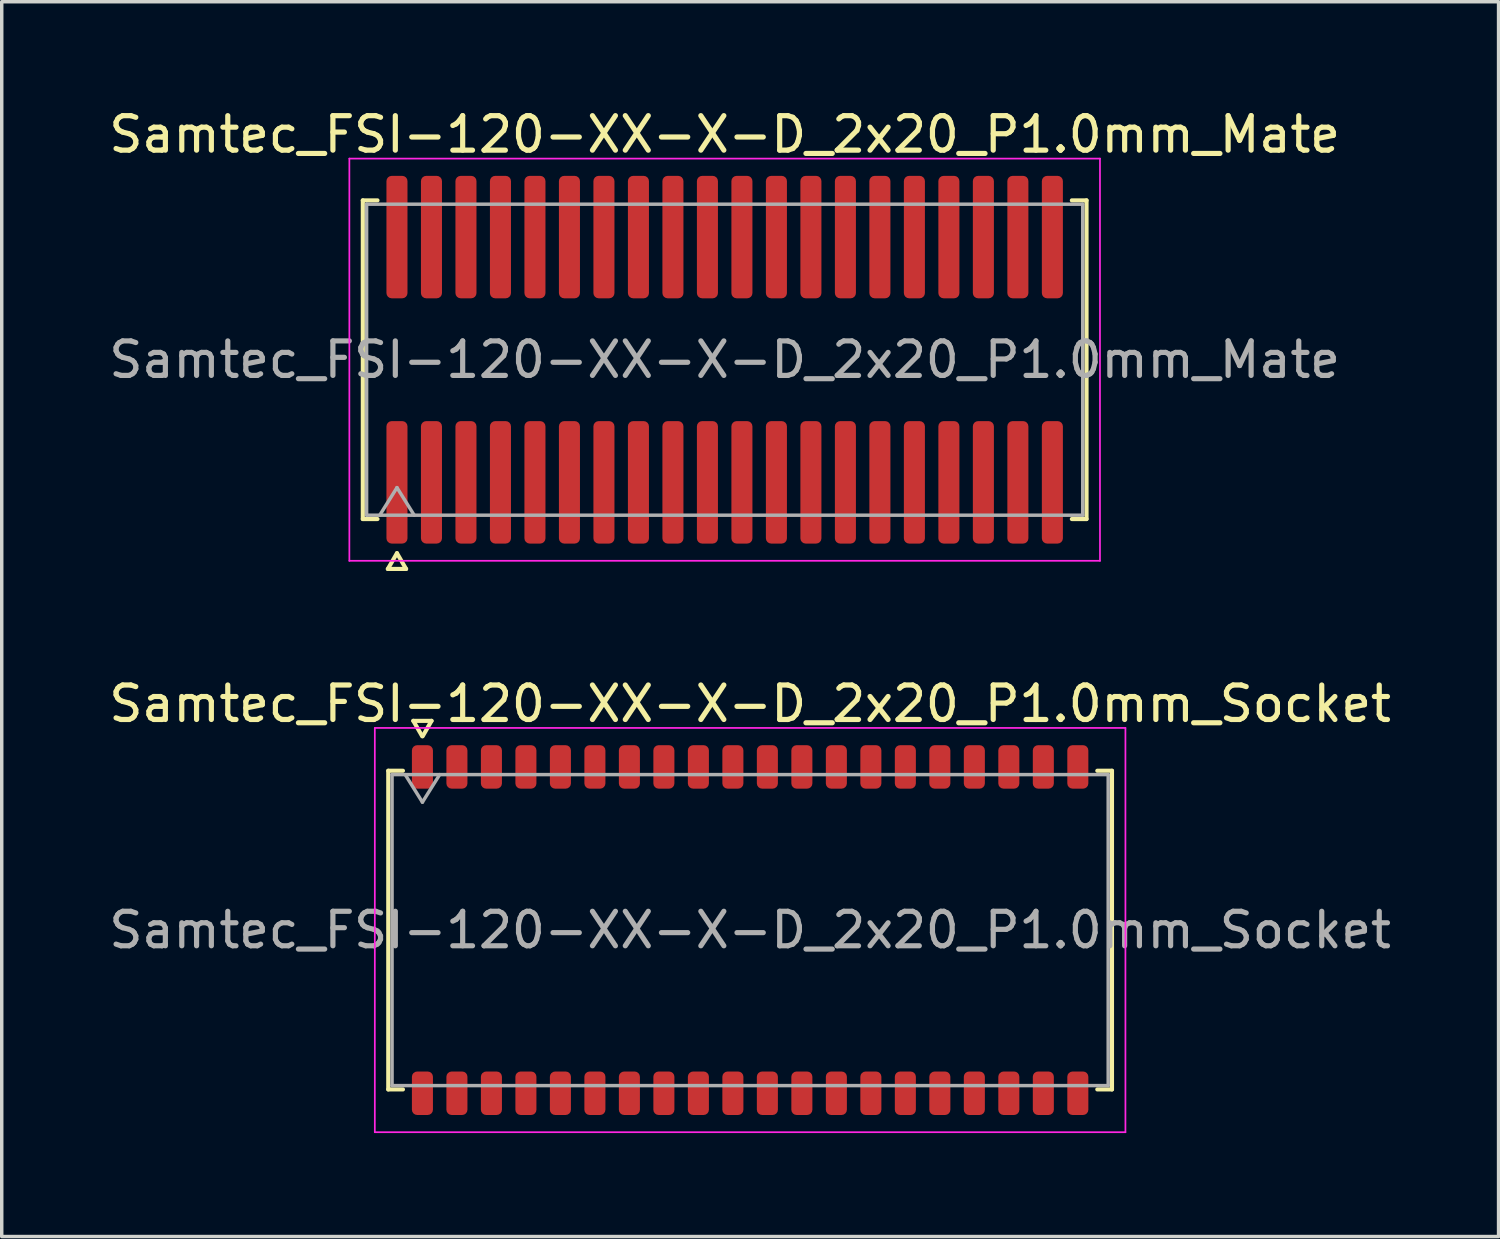
<source format=kicad_pcb>
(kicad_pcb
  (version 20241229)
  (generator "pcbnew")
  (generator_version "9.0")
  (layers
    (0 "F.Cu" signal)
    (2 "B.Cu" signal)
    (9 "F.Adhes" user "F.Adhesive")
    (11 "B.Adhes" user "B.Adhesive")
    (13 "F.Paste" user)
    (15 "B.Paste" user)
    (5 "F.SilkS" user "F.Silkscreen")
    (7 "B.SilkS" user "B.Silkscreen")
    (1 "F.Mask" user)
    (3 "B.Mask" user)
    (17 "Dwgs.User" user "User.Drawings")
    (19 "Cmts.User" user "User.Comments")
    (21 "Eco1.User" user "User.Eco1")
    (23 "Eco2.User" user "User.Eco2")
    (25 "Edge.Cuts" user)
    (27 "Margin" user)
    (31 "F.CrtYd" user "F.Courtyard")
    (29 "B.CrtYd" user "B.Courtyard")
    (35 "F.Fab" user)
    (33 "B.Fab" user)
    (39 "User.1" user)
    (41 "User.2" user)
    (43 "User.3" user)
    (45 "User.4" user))
  (footprint "Samtec_FSI-120-XX-X-D_2x20_P1.0mm_Socket"
    (layer "F.Cu")
    (at 18.696 23.913)
    (property "Reference" "Samtec_FSI-120-XX-X-D_2x20_P1.0mm_Socket" (at 0 -6.56 0) (layer "F.SilkS") (effects (font (size 1 1) (thickness 0.15))))
    (attr smd)
    (fp_line (start -10.49 -4.619) (end -10.065 -4.619) (stroke (width 0.12) (type solid)) (layer "F.SilkS"))
    (fp_line (start -10.49 4.619) (end -10.49 -4.619) (stroke (width 0.12) (type solid)) (layer "F.SilkS"))
    (fp_line (start -10.065 4.619) (end -10.49 4.619) (stroke (width 0.12) (type solid)) (layer "F.SilkS"))
    (fp_line (start -9.764 -6.066) (end -9.507 -5.62) (stroke (width 0.12) (type solid)) (layer "F.SilkS"))
    (fp_line (start -9.493 -5.62) (end -9.236 -6.066) (stroke (width 0.12) (type solid)) (layer "F.SilkS"))
    (fp_line (start -9.236 -6.066) (end -9.764 -6.066) (stroke (width 0.12) (type solid)) (layer "F.SilkS"))
    (fp_line (start 10.065 -4.619) (end 10.49 -4.619) (stroke (width 0.12) (type solid)) (layer "F.SilkS"))
    (fp_line (start 10.49 -4.619) (end 10.49 4.619) (stroke (width 0.12) (type solid)) (layer "F.SilkS"))
    (fp_line (start 10.49 4.619) (end 10.065 4.619) (stroke (width 0.12) (type solid)) (layer "F.SilkS"))
    (fp_line (start -10.88 -5.86) (end -10.88 5.86) (stroke (width 0.05) (type solid)) (layer "F.CrtYd"))
    (fp_line (start -10.88 5.86) (end 10.88 5.86) (stroke (width 0.05) (type solid)) (layer "F.CrtYd"))
    (fp_line (start 10.88 -5.86) (end -10.88 -5.86) (stroke (width 0.05) (type solid)) (layer "F.CrtYd"))
    (fp_line (start 10.88 5.86) (end 10.88 -5.86) (stroke (width 0.05) (type solid)) (layer "F.CrtYd"))
    (fp_line (start -10.38 -4.508) (end 10.38 -4.508) (stroke (width 0.1) (type solid)) (layer "F.Fab"))
    (fp_line (start -10.38 4.508) (end -10.38 -4.508) (stroke (width 0.1) (type solid)) (layer "F.Fab"))
    (fp_line (start -10 -4.508) (end -9.5 -3.708) (stroke (width 0.1) (type solid)) (layer "F.Fab"))
    (fp_line (start -9.5 -3.708) (end -9 -4.508) (stroke (width 0.1) (type solid)) (layer "F.Fab"))
    (fp_line (start 10.38 -4.508) (end 10.38 4.508) (stroke (width 0.1) (type solid)) (layer "F.Fab"))
    (fp_line (start 10.38 4.508) (end -10.38 4.508) (stroke (width 0.1) (type solid)) (layer "F.Fab"))
    (fp_text user "${REFERENCE}" (at 0 0 0) (layer "F.Fab") (effects (font (size 1 1) (thickness 0.15))))
    (pad "1" smd roundrect (at -9.5 -4.73) (size 0.61 1.26) (layers "F.Cu" "F.Mask" "F.Paste") (roundrect_rratio 0.25))
    (pad "2" smd roundrect (at -9.5 4.73) (size 0.61 1.26) (layers "F.Cu" "F.Mask" "F.Paste") (roundrect_rratio 0.25))
    (pad "3" smd roundrect (at -8.5 -4.73) (size 0.61 1.26) (layers "F.Cu" "F.Mask" "F.Paste") (roundrect_rratio 0.25))
    (pad "4" smd roundrect (at -8.5 4.73) (size 0.61 1.26) (layers "F.Cu" "F.Mask" "F.Paste") (roundrect_rratio 0.25))
    (pad "5" smd roundrect (at -7.5 -4.73) (size 0.61 1.26) (layers "F.Cu" "F.Mask" "F.Paste") (roundrect_rratio 0.25))
    (pad "6" smd roundrect (at -7.5 4.73) (size 0.61 1.26) (layers "F.Cu" "F.Mask" "F.Paste") (roundrect_rratio 0.25))
    (pad "7" smd roundrect (at -6.5 -4.73) (size 0.61 1.26) (layers "F.Cu" "F.Mask" "F.Paste") (roundrect_rratio 0.25))
    (pad "8" smd roundrect (at -6.5 4.73) (size 0.61 1.26) (layers "F.Cu" "F.Mask" "F.Paste") (roundrect_rratio 0.25))
    (pad "9" smd roundrect (at -5.5 -4.73) (size 0.61 1.26) (layers "F.Cu" "F.Mask" "F.Paste") (roundrect_rratio 0.25))
    (pad "10" smd roundrect (at -5.5 4.73) (size 0.61 1.26) (layers "F.Cu" "F.Mask" "F.Paste") (roundrect_rratio 0.25))
    (pad "11" smd roundrect (at -4.5 -4.73) (size 0.61 1.26) (layers "F.Cu" "F.Mask" "F.Paste") (roundrect_rratio 0.25))
    (pad "12" smd roundrect (at -4.5 4.73) (size 0.61 1.26) (layers "F.Cu" "F.Mask" "F.Paste") (roundrect_rratio 0.25))
    (pad "13" smd roundrect (at -3.5 -4.73) (size 0.61 1.26) (layers "F.Cu" "F.Mask" "F.Paste") (roundrect_rratio 0.25))
    (pad "14" smd roundrect (at -3.5 4.73) (size 0.61 1.26) (layers "F.Cu" "F.Mask" "F.Paste") (roundrect_rratio 0.25))
    (pad "15" smd roundrect (at -2.5 -4.73) (size 0.61 1.26) (layers "F.Cu" "F.Mask" "F.Paste") (roundrect_rratio 0.25))
    (pad "16" smd roundrect (at -2.5 4.73) (size 0.61 1.26) (layers "F.Cu" "F.Mask" "F.Paste") (roundrect_rratio 0.25))
    (pad "17" smd roundrect (at -1.5 -4.73) (size 0.61 1.26) (layers "F.Cu" "F.Mask" "F.Paste") (roundrect_rratio 0.25))
    (pad "18" smd roundrect (at -1.5 4.73) (size 0.61 1.26) (layers "F.Cu" "F.Mask" "F.Paste") (roundrect_rratio 0.25))
    (pad "19" smd roundrect (at -0.5 -4.73) (size 0.61 1.26) (layers "F.Cu" "F.Mask" "F.Paste") (roundrect_rratio 0.25))
    (pad "20" smd roundrect (at -0.5 4.73) (size 0.61 1.26) (layers "F.Cu" "F.Mask" "F.Paste") (roundrect_rratio 0.25))
    (pad "21" smd roundrect (at 0.5 -4.73) (size 0.61 1.26) (layers "F.Cu" "F.Mask" "F.Paste") (roundrect_rratio 0.25))
    (pad "22" smd roundrect (at 0.5 4.73) (size 0.61 1.26) (layers "F.Cu" "F.Mask" "F.Paste") (roundrect_rratio 0.25))
    (pad "23" smd roundrect (at 1.5 -4.73) (size 0.61 1.26) (layers "F.Cu" "F.Mask" "F.Paste") (roundrect_rratio 0.25))
    (pad "24" smd roundrect (at 1.5 4.73) (size 0.61 1.26) (layers "F.Cu" "F.Mask" "F.Paste") (roundrect_rratio 0.25))
    (pad "25" smd roundrect (at 2.5 -4.73) (size 0.61 1.26) (layers "F.Cu" "F.Mask" "F.Paste") (roundrect_rratio 0.25))
    (pad "26" smd roundrect (at 2.5 4.73) (size 0.61 1.26) (layers "F.Cu" "F.Mask" "F.Paste") (roundrect_rratio 0.25))
    (pad "27" smd roundrect (at 3.5 -4.73) (size 0.61 1.26) (layers "F.Cu" "F.Mask" "F.Paste") (roundrect_rratio 0.25))
    (pad "28" smd roundrect (at 3.5 4.73) (size 0.61 1.26) (layers "F.Cu" "F.Mask" "F.Paste") (roundrect_rratio 0.25))
    (pad "29" smd roundrect (at 4.5 -4.73) (size 0.61 1.26) (layers "F.Cu" "F.Mask" "F.Paste") (roundrect_rratio 0.25))
    (pad "30" smd roundrect (at 4.5 4.73) (size 0.61 1.26) (layers "F.Cu" "F.Mask" "F.Paste") (roundrect_rratio 0.25))
    (pad "31" smd roundrect (at 5.5 -4.73) (size 0.61 1.26) (layers "F.Cu" "F.Mask" "F.Paste") (roundrect_rratio 0.25))
    (pad "32" smd roundrect (at 5.5 4.73) (size 0.61 1.26) (layers "F.Cu" "F.Mask" "F.Paste") (roundrect_rratio 0.25))
    (pad "33" smd roundrect (at 6.5 -4.73) (size 0.61 1.26) (layers "F.Cu" "F.Mask" "F.Paste") (roundrect_rratio 0.25))
    (pad "34" smd roundrect (at 6.5 4.73) (size 0.61 1.26) (layers "F.Cu" "F.Mask" "F.Paste") (roundrect_rratio 0.25))
    (pad "35" smd roundrect (at 7.5 -4.73) (size 0.61 1.26) (layers "F.Cu" "F.Mask" "F.Paste") (roundrect_rratio 0.25))
    (pad "36" smd roundrect (at 7.5 4.73) (size 0.61 1.26) (layers "F.Cu" "F.Mask" "F.Paste") (roundrect_rratio 0.25))
    (pad "37" smd roundrect (at 8.5 -4.73) (size 0.61 1.26) (layers "F.Cu" "F.Mask" "F.Paste") (roundrect_rratio 0.25))
    (pad "38" smd roundrect (at 8.5 4.73) (size 0.61 1.26) (layers "F.Cu" "F.Mask" "F.Paste") (roundrect_rratio 0.25))
    (pad "39" smd roundrect (at 9.5 -4.73) (size 0.61 1.26) (layers "F.Cu" "F.Mask" "F.Paste") (roundrect_rratio 0.25))
    (pad "40" smd roundrect (at 9.5 4.73) (size 0.61 1.26) (layers "F.Cu" "F.Mask" "F.Paste") (roundrect_rratio 0.25)))
  (footprint "Samtec_FSI-120-XX-X-D_2x20_P1.0mm_Mate"
    (layer "F.Cu")
    (at 17.958 7.378)
    (property "Reference" "Samtec_FSI-120-XX-X-D_2x20_P1.0mm_Mate" (at 0 -6.53 0) (layer "F.SilkS") (effects (font (size 1 1) (thickness 0.15))))
    (attr smd exclude_from_pos_files exclude_from_bom)
    (fp_line (start -10.49 -4.619) (end -10.065 -4.619) (stroke (width 0.12) (type solid)) (layer "F.SilkS"))
    (fp_line (start -10.49 4.619) (end -10.49 -4.619) (stroke (width 0.12) (type solid)) (layer "F.SilkS"))
    (fp_line (start -10.065 4.619) (end -10.49 4.619) (stroke (width 0.12) (type solid)) (layer "F.SilkS"))
    (fp_line (start -9.764 6.066) (end -9.5 5.609) (stroke (width 0.12) (type solid)) (layer "F.SilkS"))
    (fp_line (start -9.5 5.609) (end -9.236 6.066) (stroke (width 0.12) (type solid)) (layer "F.SilkS"))
    (fp_line (start -9.236 6.066) (end -9.764 6.066) (stroke (width 0.12) (type solid)) (layer "F.SilkS"))
    (fp_line (start 10.065 -4.619) (end 10.49 -4.619) (stroke (width 0.12) (type solid)) (layer "F.SilkS"))
    (fp_line (start 10.49 -4.619) (end 10.49 4.619) (stroke (width 0.12) (type solid)) (layer "F.SilkS"))
    (fp_line (start 10.49 4.619) (end 10.065 4.619) (stroke (width 0.12) (type solid)) (layer "F.SilkS"))
    (fp_line (start -10.88 -5.83) (end -10.88 5.83) (stroke (width 0.05) (type solid)) (layer "F.CrtYd"))
    (fp_line (start -10.88 5.83) (end 10.88 5.83) (stroke (width 0.05) (type solid)) (layer "F.CrtYd"))
    (fp_line (start 10.88 -5.83) (end -10.88 -5.83) (stroke (width 0.05) (type solid)) (layer "F.CrtYd"))
    (fp_line (start 10.88 5.83) (end 10.88 -5.83) (stroke (width 0.05) (type solid)) (layer "F.CrtYd"))
    (fp_line (start -10.38 -4.508) (end 10.38 -4.508) (stroke (width 0.1) (type solid)) (layer "F.Fab"))
    (fp_line (start -10.38 4.508) (end -10.38 -4.508) (stroke (width 0.1) (type solid)) (layer "F.Fab"))
    (fp_line (start -10 4.508) (end -9.5 3.708) (stroke (width 0.1) (type solid)) (layer "F.Fab"))
    (fp_line (start -9.5 3.708) (end -9 4.508) (stroke (width 0.1) (type solid)) (layer "F.Fab"))
    (fp_line (start 10.38 -4.508) (end 10.38 4.508) (stroke (width 0.1) (type solid)) (layer "F.Fab"))
    (fp_line (start 10.38 4.508) (end -10.38 4.508) (stroke (width 0.1) (type solid)) (layer "F.Fab"))
    (fp_text user "${REFERENCE}" (at 0 0 0) (layer "F.Fab") (effects (font (size 1 1) (thickness 0.15))))
    (pad "1" smd roundrect (at -9.5 3.555) (size 0.61 3.55) (layers "F.Cu" "F.Mask") (roundrect_rratio 0.25))
    (pad "2" smd roundrect (at -9.5 -3.555) (size 0.61 3.55) (layers "F.Cu" "F.Mask") (roundrect_rratio 0.25))
    (pad "3" smd roundrect (at -8.5 3.555) (size 0.61 3.55) (layers "F.Cu" "F.Mask") (roundrect_rratio 0.25))
    (pad "4" smd roundrect (at -8.5 -3.555) (size 0.61 3.55) (layers "F.Cu" "F.Mask") (roundrect_rratio 0.25))
    (pad "5" smd roundrect (at -7.5 3.555) (size 0.61 3.55) (layers "F.Cu" "F.Mask") (roundrect_rratio 0.25))
    (pad "6" smd roundrect (at -7.5 -3.555) (size 0.61 3.55) (layers "F.Cu" "F.Mask") (roundrect_rratio 0.25))
    (pad "7" smd roundrect (at -6.5 3.555) (size 0.61 3.55) (layers "F.Cu" "F.Mask") (roundrect_rratio 0.25))
    (pad "8" smd roundrect (at -6.5 -3.555) (size 0.61 3.55) (layers "F.Cu" "F.Mask") (roundrect_rratio 0.25))
    (pad "9" smd roundrect (at -5.5 3.555) (size 0.61 3.55) (layers "F.Cu" "F.Mask") (roundrect_rratio 0.25))
    (pad "10" smd roundrect (at -5.5 -3.555) (size 0.61 3.55) (layers "F.Cu" "F.Mask") (roundrect_rratio 0.25))
    (pad "11" smd roundrect (at -4.5 3.555) (size 0.61 3.55) (layers "F.Cu" "F.Mask") (roundrect_rratio 0.25))
    (pad "12" smd roundrect (at -4.5 -3.555) (size 0.61 3.55) (layers "F.Cu" "F.Mask") (roundrect_rratio 0.25))
    (pad "13" smd roundrect (at -3.5 3.555) (size 0.61 3.55) (layers "F.Cu" "F.Mask") (roundrect_rratio 0.25))
    (pad "14" smd roundrect (at -3.5 -3.555) (size 0.61 3.55) (layers "F.Cu" "F.Mask") (roundrect_rratio 0.25))
    (pad "15" smd roundrect (at -2.5 3.555) (size 0.61 3.55) (layers "F.Cu" "F.Mask") (roundrect_rratio 0.25))
    (pad "16" smd roundrect (at -2.5 -3.555) (size 0.61 3.55) (layers "F.Cu" "F.Mask") (roundrect_rratio 0.25))
    (pad "17" smd roundrect (at -1.5 3.555) (size 0.61 3.55) (layers "F.Cu" "F.Mask") (roundrect_rratio 0.25))
    (pad "18" smd roundrect (at -1.5 -3.555) (size 0.61 3.55) (layers "F.Cu" "F.Mask") (roundrect_rratio 0.25))
    (pad "19" smd roundrect (at -0.5 3.555) (size 0.61 3.55) (layers "F.Cu" "F.Mask") (roundrect_rratio 0.25))
    (pad "20" smd roundrect (at -0.5 -3.555) (size 0.61 3.55) (layers "F.Cu" "F.Mask") (roundrect_rratio 0.25))
    (pad "21" smd roundrect (at 0.5 3.555) (size 0.61 3.55) (layers "F.Cu" "F.Mask") (roundrect_rratio 0.25))
    (pad "22" smd roundrect (at 0.5 -3.555) (size 0.61 3.55) (layers "F.Cu" "F.Mask") (roundrect_rratio 0.25))
    (pad "23" smd roundrect (at 1.5 3.555) (size 0.61 3.55) (layers "F.Cu" "F.Mask") (roundrect_rratio 0.25))
    (pad "24" smd roundrect (at 1.5 -3.555) (size 0.61 3.55) (layers "F.Cu" "F.Mask") (roundrect_rratio 0.25))
    (pad "25" smd roundrect (at 2.5 3.555) (size 0.61 3.55) (layers "F.Cu" "F.Mask") (roundrect_rratio 0.25))
    (pad "26" smd roundrect (at 2.5 -3.555) (size 0.61 3.55) (layers "F.Cu" "F.Mask") (roundrect_rratio 0.25))
    (pad "27" smd roundrect (at 3.5 3.555) (size 0.61 3.55) (layers "F.Cu" "F.Mask") (roundrect_rratio 0.25))
    (pad "28" smd roundrect (at 3.5 -3.555) (size 0.61 3.55) (layers "F.Cu" "F.Mask") (roundrect_rratio 0.25))
    (pad "29" smd roundrect (at 4.5 3.555) (size 0.61 3.55) (layers "F.Cu" "F.Mask") (roundrect_rratio 0.25))
    (pad "30" smd roundrect (at 4.5 -3.555) (size 0.61 3.55) (layers "F.Cu" "F.Mask") (roundrect_rratio 0.25))
    (pad "31" smd roundrect (at 5.5 3.555) (size 0.61 3.55) (layers "F.Cu" "F.Mask") (roundrect_rratio 0.25))
    (pad "32" smd roundrect (at 5.5 -3.555) (size 0.61 3.55) (layers "F.Cu" "F.Mask") (roundrect_rratio 0.25))
    (pad "33" smd roundrect (at 6.5 3.555) (size 0.61 3.55) (layers "F.Cu" "F.Mask") (roundrect_rratio 0.25))
    (pad "34" smd roundrect (at 6.5 -3.555) (size 0.61 3.55) (layers "F.Cu" "F.Mask") (roundrect_rratio 0.25))
    (pad "35" smd roundrect (at 7.5 3.555) (size 0.61 3.55) (layers "F.Cu" "F.Mask") (roundrect_rratio 0.25))
    (pad "36" smd roundrect (at 7.5 -3.555) (size 0.61 3.55) (layers "F.Cu" "F.Mask") (roundrect_rratio 0.25))
    (pad "37" smd roundrect (at 8.5 3.555) (size 0.61 3.55) (layers "F.Cu" "F.Mask") (roundrect_rratio 0.25))
    (pad "38" smd roundrect (at 8.5 -3.555) (size 0.61 3.55) (layers "F.Cu" "F.Mask") (roundrect_rratio 0.25))
    (pad "39" smd roundrect (at 9.5 3.555) (size 0.61 3.55) (layers "F.Cu" "F.Mask") (roundrect_rratio 0.25))
    (pad "40" smd roundrect (at 9.5 -3.555) (size 0.61 3.55) (layers "F.Cu" "F.Mask") (roundrect_rratio 0.25)))
  (gr_rect
    (start -3 -3)
    (end 40.393 32.797)
    (stroke (width 0.1) (type default))
    (fill no)
    (layer "Edge.Cuts")))
</source>
